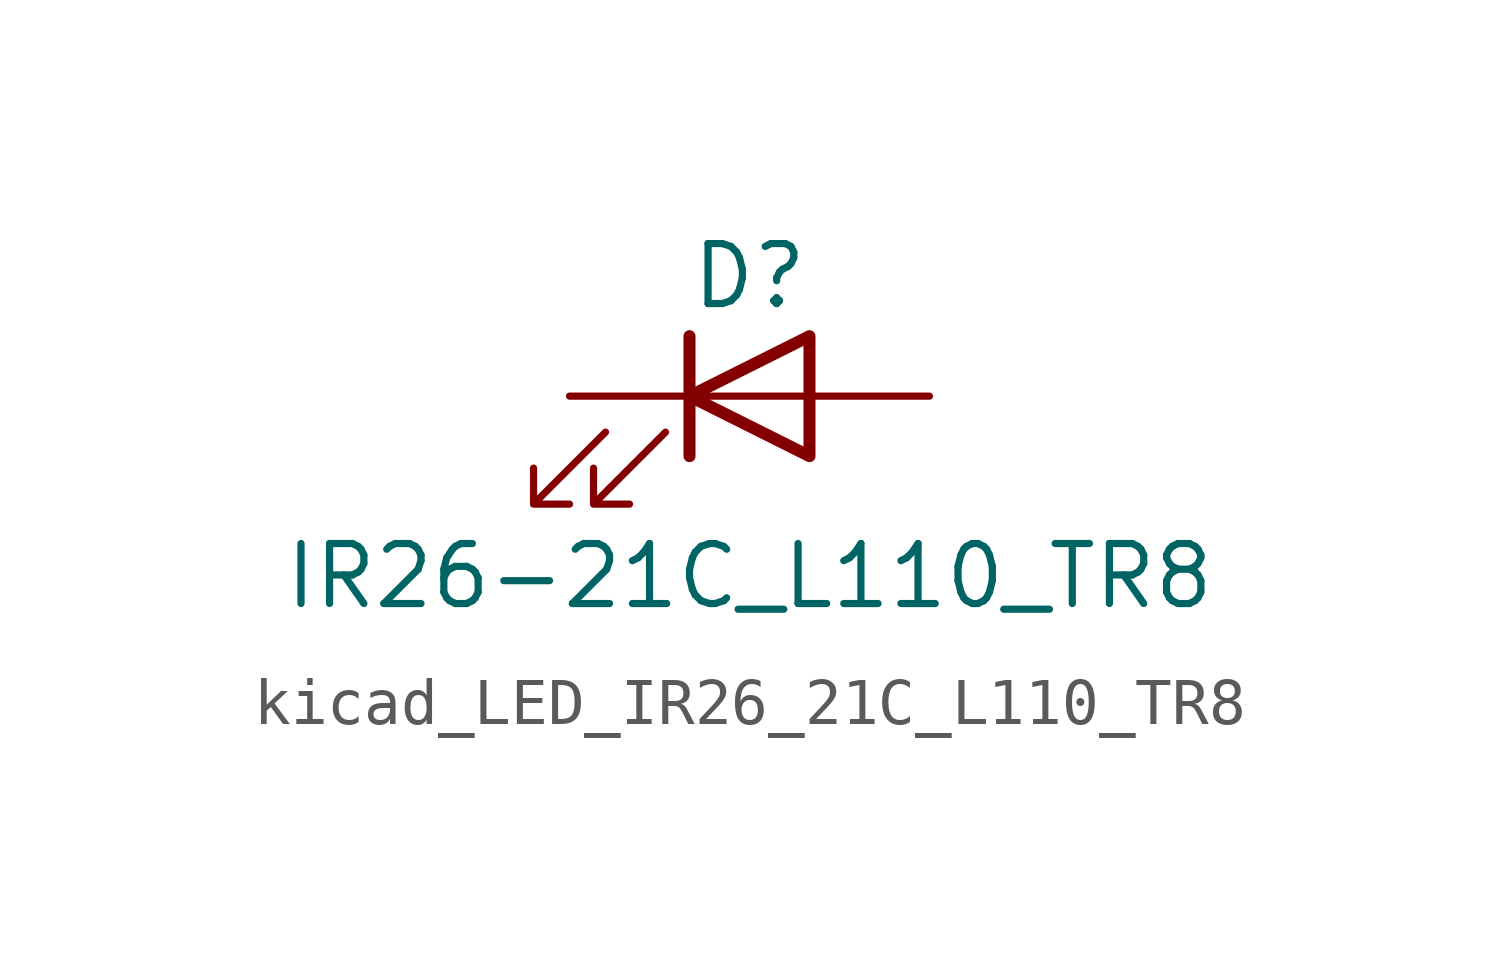
<source format=kicad_sym>
(kicad_symbol_lib
  (version 20220914)
  (generator kicad_symbol_editor)
  (symbol "kicad_LED_IR26_21C_L110_TR8"
    (pin_numbers hide)
    (pin_names
      (offset 1.016) hide)
    (property "Reference" "D"
      (at 0 2.54 0)
      (effects (font (size 1.27 1.27))))
    (property "Value" "IR26-21C_L110_TR8"
      (at 0 -3.81 0)
      (effects (font (size 1.27 1.27))))
    (symbol "kicad_LED_IR26_21C_L110_TR8_0_1"
      (polyline (pts (xy -1.27 -1.27) (xy -1.27 1.27)) (stroke (width 0.254) (type default)) (fill (type none)))
      (polyline (pts (xy -1.27 0) (xy 1.27 0)) (stroke (width 0) (type default)) (fill (type none)))
      (polyline (pts (xy 1.27 -1.27) (xy 1.27 1.27) (xy -1.27 0) (xy 1.27 -1.27)) (stroke (width 0.254) (type default)) (fill (type none)))
      (polyline (pts (xy -3.048 -0.762) (xy -4.572 -2.286) (xy -3.81 -2.286) (xy -4.572 -2.286) (xy -4.572 -1.524)) (stroke (width 0) (type default)) (fill (type none)))
      (polyline (pts (xy -1.778 -0.762) (xy -3.302 -2.286) (xy -2.54 -2.286) (xy -3.302 -2.286) (xy -3.302 -1.524)) (stroke (width 0) (type default)) (fill (type none))))
    (symbol "kicad_LED_IR26_21C_L110_TR8_1_1"
      (pin passive line (at -3.81 0 0) (length 2.54) (name "K" (effects (font (size 1.27 1.27)))) (number "1" (effects (font (size 1.27 1.27)))))
      (pin passive line (at 3.81 0 180) (length 2.54) (name "A" (effects (font (size 1.27 1.27)))) (number "2" (effects (font (size 1.27 1.27))))))))
</source>
